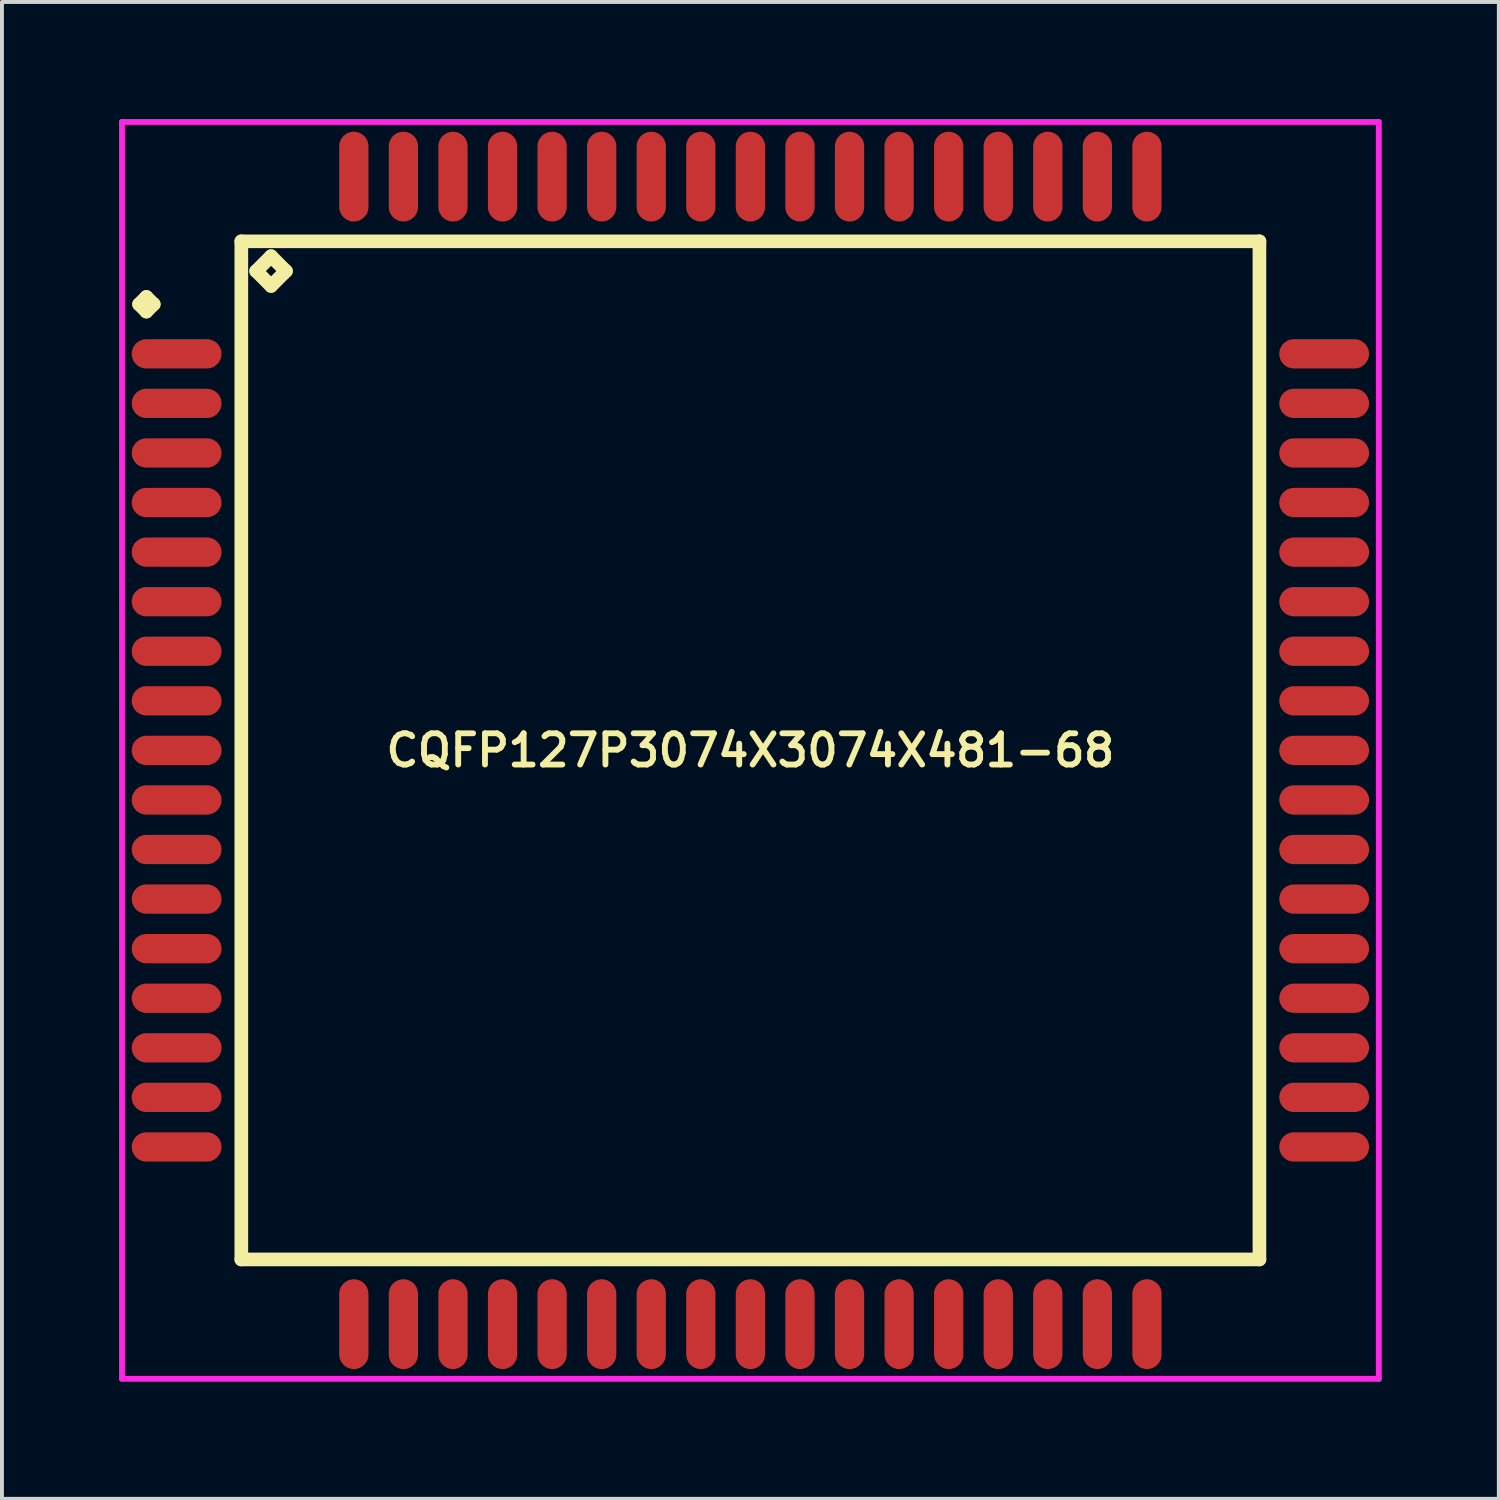
<source format=kicad_pcb>
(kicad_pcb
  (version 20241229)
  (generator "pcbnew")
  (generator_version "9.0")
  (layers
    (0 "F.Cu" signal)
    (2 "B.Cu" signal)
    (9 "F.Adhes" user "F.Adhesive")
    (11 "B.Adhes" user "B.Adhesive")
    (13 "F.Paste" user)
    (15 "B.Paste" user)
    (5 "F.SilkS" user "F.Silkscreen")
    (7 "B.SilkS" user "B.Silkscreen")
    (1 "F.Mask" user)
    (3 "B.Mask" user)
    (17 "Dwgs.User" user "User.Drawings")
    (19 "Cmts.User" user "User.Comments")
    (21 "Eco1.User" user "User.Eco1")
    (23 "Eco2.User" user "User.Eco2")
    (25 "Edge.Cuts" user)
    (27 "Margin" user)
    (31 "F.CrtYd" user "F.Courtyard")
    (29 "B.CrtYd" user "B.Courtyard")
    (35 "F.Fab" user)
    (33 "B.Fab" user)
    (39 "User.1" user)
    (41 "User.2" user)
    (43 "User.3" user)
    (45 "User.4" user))
  (footprint "CQFP127P3074X3074X481-68"
    (layer "F.Cu")
    (at 16.175 16.175)
    (property "Reference" "CQFP127P3074X3074X481-68" (at 0 0 0) (layer "F.SilkS") (effects (font (size 0.8 0.8) (thickness 0.15))))
    (attr smd)
    (fp_line (start -15.662 -11.43) (end -15.475 -11.617) (stroke (width 0.35) (type solid)) (layer "F.SilkS"))
    (fp_line (start -15.475 -11.617) (end -15.287 -11.43) (stroke (width 0.35) (type solid)) (layer "F.SilkS"))
    (fp_line (start -15.475 -11.242) (end -15.662 -11.43) (stroke (width 0.35) (type solid)) (layer "F.SilkS"))
    (fp_line (start -15.287 -11.43) (end -15.475 -11.242) (stroke (width 0.35) (type solid)) (layer "F.SilkS"))
    (fp_line (start -13.042 -13.042) (end -13.042 13.042) (stroke (width 0.35) (type solid)) (layer "F.SilkS"))
    (fp_line (start -13.042 13.042) (end 13.042 13.042) (stroke (width 0.35) (type solid)) (layer "F.SilkS"))
    (fp_line (start -12.661 -12.28) (end -12.28 -12.661) (stroke (width 0.35) (type solid)) (layer "F.SilkS"))
    (fp_line (start -12.28 -12.661) (end -11.899 -12.28) (stroke (width 0.35) (type solid)) (layer "F.SilkS"))
    (fp_line (start -12.28 -11.899) (end -12.661 -12.28) (stroke (width 0.35) (type solid)) (layer "F.SilkS"))
    (fp_line (start -11.899 -12.28) (end -12.28 -11.899) (stroke (width 0.35) (type solid)) (layer "F.SilkS"))
    (fp_line (start 13.042 -13.042) (end -13.042 -13.042) (stroke (width 0.35) (type solid)) (layer "F.SilkS"))
    (fp_line (start 13.042 13.042) (end 13.042 -13.042) (stroke (width 0.35) (type solid)) (layer "F.SilkS"))
    (fp_line (start -16.1 -16.1) (end 16.1 -16.1) (stroke (width 0.15) (type solid)) (layer "F.CrtYd"))
    (fp_line (start -16.1 16.1) (end -16.1 -16.1) (stroke (width 0.15) (type solid)) (layer "F.CrtYd"))
    (fp_line (start 16.1 -16.1) (end 16.1 16.1) (stroke (width 0.15) (type solid)) (layer "F.CrtYd"))
    (fp_line (start 16.1 16.1) (end -16.1 16.1) (stroke (width 0.15) (type solid)) (layer "F.CrtYd"))
    (pad "1" smd oval (at -14.7 -10.16) (size 2.3 0.75) (layers "F.Cu" "F.Mask" "F.Paste"))
    (pad "2" smd oval (at -14.7 -8.89) (size 2.3 0.75) (layers "F.Cu" "F.Mask" "F.Paste"))
    (pad "3" smd oval (at -14.7 -7.62) (size 2.3 0.75) (layers "F.Cu" "F.Mask" "F.Paste"))
    (pad "4" smd oval (at -14.7 -6.35) (size 2.3 0.75) (layers "F.Cu" "F.Mask" "F.Paste"))
    (pad "5" smd oval (at -14.7 -5.08) (size 2.3 0.75) (layers "F.Cu" "F.Mask" "F.Paste"))
    (pad "6" smd oval (at -14.7 -3.81) (size 2.3 0.75) (layers "F.Cu" "F.Mask" "F.Paste"))
    (pad "7" smd oval (at -14.7 -2.54) (size 2.3 0.75) (layers "F.Cu" "F.Mask" "F.Paste"))
    (pad "8" smd oval (at -14.7 -1.27) (size 2.3 0.75) (layers "F.Cu" "F.Mask" "F.Paste"))
    (pad "9" smd oval (at -14.7 0) (size 2.3 0.75) (layers "F.Cu" "F.Mask" "F.Paste"))
    (pad "10" smd oval (at -14.7 1.27) (size 2.3 0.75) (layers "F.Cu" "F.Mask" "F.Paste"))
    (pad "11" smd oval (at -14.7 2.54) (size 2.3 0.75) (layers "F.Cu" "F.Mask" "F.Paste"))
    (pad "12" smd oval (at -14.7 3.81) (size 2.3 0.75) (layers "F.Cu" "F.Mask" "F.Paste"))
    (pad "13" smd oval (at -14.7 5.08) (size 2.3 0.75) (layers "F.Cu" "F.Mask" "F.Paste"))
    (pad "14" smd oval (at -14.7 6.35) (size 2.3 0.75) (layers "F.Cu" "F.Mask" "F.Paste"))
    (pad "15" smd oval (at -14.7 7.62) (size 2.3 0.75) (layers "F.Cu" "F.Mask" "F.Paste"))
    (pad "16" smd oval (at -14.7 8.89) (size 2.3 0.75) (layers "F.Cu" "F.Mask" "F.Paste"))
    (pad "17" smd oval (at -14.7 10.16) (size 2.3 0.75) (layers "F.Cu" "F.Mask" "F.Paste"))
    (pad "18" smd oval (at -10.16 14.7) (size 0.75 2.3) (layers "F.Cu" "F.Mask" "F.Paste"))
    (pad "19" smd oval (at -8.89 14.7) (size 0.75 2.3) (layers "F.Cu" "F.Mask" "F.Paste"))
    (pad "20" smd oval (at -7.62 14.7) (size 0.75 2.3) (layers "F.Cu" "F.Mask" "F.Paste"))
    (pad "21" smd oval (at -6.35 14.7) (size 0.75 2.3) (layers "F.Cu" "F.Mask" "F.Paste"))
    (pad "22" smd oval (at -5.08 14.7) (size 0.75 2.3) (layers "F.Cu" "F.Mask" "F.Paste"))
    (pad "23" smd oval (at -3.81 14.7) (size 0.75 2.3) (layers "F.Cu" "F.Mask" "F.Paste"))
    (pad "24" smd oval (at -2.54 14.7) (size 0.75 2.3) (layers "F.Cu" "F.Mask" "F.Paste"))
    (pad "25" smd oval (at -1.27 14.7) (size 0.75 2.3) (layers "F.Cu" "F.Mask" "F.Paste"))
    (pad "26" smd oval (at 0 14.7) (size 0.75 2.3) (layers "F.Cu" "F.Mask" "F.Paste"))
    (pad "27" smd oval (at 1.27 14.7) (size 0.75 2.3) (layers "F.Cu" "F.Mask" "F.Paste"))
    (pad "28" smd oval (at 2.54 14.7) (size 0.75 2.3) (layers "F.Cu" "F.Mask" "F.Paste"))
    (pad "29" smd oval (at 3.81 14.7) (size 0.75 2.3) (layers "F.Cu" "F.Mask" "F.Paste"))
    (pad "30" smd oval (at 5.08 14.7) (size 0.75 2.3) (layers "F.Cu" "F.Mask" "F.Paste"))
    (pad "31" smd oval (at 6.35 14.7) (size 0.75 2.3) (layers "F.Cu" "F.Mask" "F.Paste"))
    (pad "32" smd oval (at 7.62 14.7) (size 0.75 2.3) (layers "F.Cu" "F.Mask" "F.Paste"))
    (pad "33" smd oval (at 8.89 14.7) (size 0.75 2.3) (layers "F.Cu" "F.Mask" "F.Paste"))
    (pad "34" smd oval (at 10.16 14.7) (size 0.75 2.3) (layers "F.Cu" "F.Mask" "F.Paste"))
    (pad "35" smd oval (at 14.7 10.16) (size 2.3 0.75) (layers "F.Cu" "F.Mask" "F.Paste"))
    (pad "36" smd oval (at 14.7 8.89) (size 2.3 0.75) (layers "F.Cu" "F.Mask" "F.Paste"))
    (pad "37" smd oval (at 14.7 7.62) (size 2.3 0.75) (layers "F.Cu" "F.Mask" "F.Paste"))
    (pad "38" smd oval (at 14.7 6.35) (size 2.3 0.75) (layers "F.Cu" "F.Mask" "F.Paste"))
    (pad "39" smd oval (at 14.7 5.08) (size 2.3 0.75) (layers "F.Cu" "F.Mask" "F.Paste"))
    (pad "40" smd oval (at 14.7 3.81) (size 2.3 0.75) (layers "F.Cu" "F.Mask" "F.Paste"))
    (pad "41" smd oval (at 14.7 2.54) (size 2.3 0.75) (layers "F.Cu" "F.Mask" "F.Paste"))
    (pad "42" smd oval (at 14.7 1.27) (size 2.3 0.75) (layers "F.Cu" "F.Mask" "F.Paste"))
    (pad "43" smd oval (at 14.7 0) (size 2.3 0.75) (layers "F.Cu" "F.Mask" "F.Paste"))
    (pad "44" smd oval (at 14.7 -1.27) (size 2.3 0.75) (layers "F.Cu" "F.Mask" "F.Paste"))
    (pad "45" smd oval (at 14.7 -2.54) (size 2.3 0.75) (layers "F.Cu" "F.Mask" "F.Paste"))
    (pad "46" smd oval (at 14.7 -3.81) (size 2.3 0.75) (layers "F.Cu" "F.Mask" "F.Paste"))
    (pad "47" smd oval (at 14.7 -5.08) (size 2.3 0.75) (layers "F.Cu" "F.Mask" "F.Paste"))
    (pad "48" smd oval (at 14.7 -6.35) (size 2.3 0.75) (layers "F.Cu" "F.Mask" "F.Paste"))
    (pad "49" smd oval (at 14.7 -7.62) (size 2.3 0.75) (layers "F.Cu" "F.Mask" "F.Paste"))
    (pad "50" smd oval (at 14.7 -8.89) (size 2.3 0.75) (layers "F.Cu" "F.Mask" "F.Paste"))
    (pad "51" smd oval (at 14.7 -10.16) (size 2.3 0.75) (layers "F.Cu" "F.Mask" "F.Paste"))
    (pad "52" smd oval (at 10.16 -14.7) (size 0.75 2.3) (layers "F.Cu" "F.Mask" "F.Paste"))
    (pad "53" smd oval (at 8.89 -14.7) (size 0.75 2.3) (layers "F.Cu" "F.Mask" "F.Paste"))
    (pad "54" smd oval (at 7.62 -14.7) (size 0.75 2.3) (layers "F.Cu" "F.Mask" "F.Paste"))
    (pad "55" smd oval (at 6.35 -14.7) (size 0.75 2.3) (layers "F.Cu" "F.Mask" "F.Paste"))
    (pad "56" smd oval (at 5.08 -14.7) (size 0.75 2.3) (layers "F.Cu" "F.Mask" "F.Paste"))
    (pad "57" smd oval (at 3.81 -14.7) (size 0.75 2.3) (layers "F.Cu" "F.Mask" "F.Paste"))
    (pad "58" smd oval (at 2.54 -14.7) (size 0.75 2.3) (layers "F.Cu" "F.Mask" "F.Paste"))
    (pad "59" smd oval (at 1.27 -14.7) (size 0.75 2.3) (layers "F.Cu" "F.Mask" "F.Paste"))
    (pad "60" smd oval (at 0 -14.7) (size 0.75 2.3) (layers "F.Cu" "F.Mask" "F.Paste"))
    (pad "61" smd oval (at -1.27 -14.7) (size 0.75 2.3) (layers "F.Cu" "F.Mask" "F.Paste"))
    (pad "62" smd oval (at -2.54 -14.7) (size 0.75 2.3) (layers "F.Cu" "F.Mask" "F.Paste"))
    (pad "63" smd oval (at -3.81 -14.7) (size 0.75 2.3) (layers "F.Cu" "F.Mask" "F.Paste"))
    (pad "64" smd oval (at -5.08 -14.7) (size 0.75 2.3) (layers "F.Cu" "F.Mask" "F.Paste"))
    (pad "65" smd oval (at -6.35 -14.7) (size 0.75 2.3) (layers "F.Cu" "F.Mask" "F.Paste"))
    (pad "66" smd oval (at -7.62 -14.7) (size 0.75 2.3) (layers "F.Cu" "F.Mask" "F.Paste"))
    (pad "67" smd oval (at -8.89 -14.7) (size 0.75 2.3) (layers "F.Cu" "F.Mask" "F.Paste"))
    (pad "68" smd oval (at -10.16 -14.7) (size 0.75 2.3) (layers "F.Cu" "F.Mask" "F.Paste")))
  (gr_rect
    (start -3 -3)
    (end 35.35 35.35)
    (stroke (width 0.1) (type default))
    (fill no)
    (layer "Edge.Cuts")))
</source>
